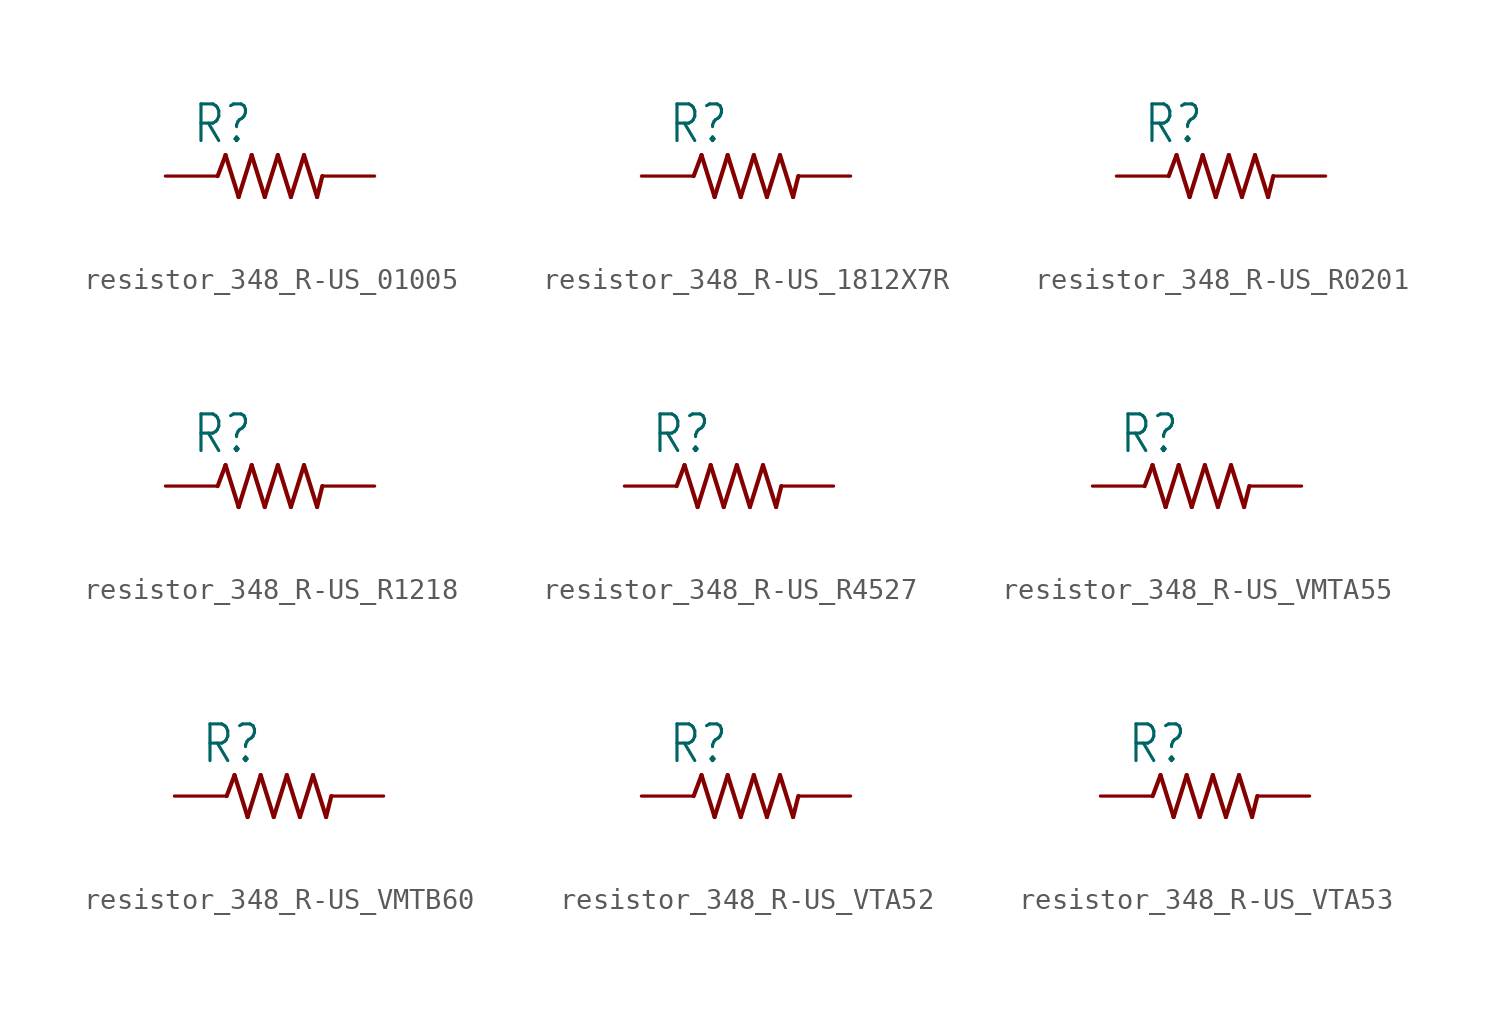
<source format=kicad_sym>
(kicad_symbol_lib
  (version 20241209)
  (generator "kicad_symbol_editor")
  (generator_version "9.0")
  (symbol "resistor_348_R-US_01005"
    (property "Reference" "R"
      (at -3.81 1.499 0)
      (effects (font (size 1.778 1.511)) (justify left bottom)))
    (property "Value" ""
      (at -3.81 -3.302 0)
      (effects (font (size 1.778 1.511)) (justify left bottom)))
    (property "ki_locked" ""
      (at 0 0 0)
      (effects (font (size 1.27 1.27))))
    (symbol "resistor_348_R-US_01005_1_0"
      (polyline (pts (xy -2.54 0) (xy -2.159 1.016)) (stroke (width 0.203) (type solid)) (fill (type none)))
      (polyline (pts (xy -2.159 1.016) (xy -1.524 -1.016)) (stroke (width 0.203) (type solid)) (fill (type none)))
      (polyline (pts (xy -1.524 -1.016) (xy -0.889 1.016)) (stroke (width 0.203) (type solid)) (fill (type none)))
      (polyline (pts (xy -0.889 1.016) (xy -0.254 -1.016)) (stroke (width 0.203) (type solid)) (fill (type none)))
      (polyline (pts (xy -0.254 -1.016) (xy 0.381 1.016)) (stroke (width 0.203) (type solid)) (fill (type none)))
      (polyline (pts (xy 0.381 1.016) (xy 1.016 -1.016)) (stroke (width 0.203) (type solid)) (fill (type none)))
      (polyline (pts (xy 1.016 -1.016) (xy 1.651 1.016)) (stroke (width 0.203) (type solid)) (fill (type none)))
      (polyline (pts (xy 1.651 1.016) (xy 2.286 -1.016)) (stroke (width 0.203) (type solid)) (fill (type none)))
      (polyline (pts (xy 2.286 -1.016) (xy 2.54 0)) (stroke (width 0.203) (type solid)) (fill (type none)))
      (pin passive line (at -5.08 0 0) (length 2.54) (name "1" (effects (font (size 0 0)))) (number "1" (effects (font (size 0 0)))))
      (pin passive line (at 5.08 0 180) (length 2.54) (name "2" (effects (font (size 0 0)))) (number "2" (effects (font (size 0 0)))))))
  (symbol "resistor_348_R-US_1812X7R"
    (property "Reference" "R"
      (at -3.81 1.499 0)
      (effects (font (size 1.778 1.511)) (justify left bottom)))
    (property "Value" ""
      (at -3.81 -3.302 0)
      (effects (font (size 1.778 1.511)) (justify left bottom)))
    (property "ki_locked" ""
      (at 0 0 0)
      (effects (font (size 1.27 1.27))))
    (symbol "resistor_348_R-US_1812X7R_1_0"
      (polyline (pts (xy -2.54 0) (xy -2.159 1.016)) (stroke (width 0.203) (type solid)) (fill (type none)))
      (polyline (pts (xy -2.159 1.016) (xy -1.524 -1.016)) (stroke (width 0.203) (type solid)) (fill (type none)))
      (polyline (pts (xy -1.524 -1.016) (xy -0.889 1.016)) (stroke (width 0.203) (type solid)) (fill (type none)))
      (polyline (pts (xy -0.889 1.016) (xy -0.254 -1.016)) (stroke (width 0.203) (type solid)) (fill (type none)))
      (polyline (pts (xy -0.254 -1.016) (xy 0.381 1.016)) (stroke (width 0.203) (type solid)) (fill (type none)))
      (polyline (pts (xy 0.381 1.016) (xy 1.016 -1.016)) (stroke (width 0.203) (type solid)) (fill (type none)))
      (polyline (pts (xy 1.016 -1.016) (xy 1.651 1.016)) (stroke (width 0.203) (type solid)) (fill (type none)))
      (polyline (pts (xy 1.651 1.016) (xy 2.286 -1.016)) (stroke (width 0.203) (type solid)) (fill (type none)))
      (polyline (pts (xy 2.286 -1.016) (xy 2.54 0)) (stroke (width 0.203) (type solid)) (fill (type none)))
      (pin passive line (at -5.08 0 0) (length 2.54) (name "1" (effects (font (size 0 0)))) (number "1" (effects (font (size 0 0)))))
      (pin passive line (at 5.08 0 180) (length 2.54) (name "2" (effects (font (size 0 0)))) (number "2" (effects (font (size 0 0)))))))
  (symbol "resistor_348_R-US_R0201"
    (property "Reference" "R"
      (at -3.81 1.499 0)
      (effects (font (size 1.778 1.511)) (justify left bottom)))
    (property "Value" ""
      (at -3.81 -3.302 0)
      (effects (font (size 1.778 1.511)) (justify left bottom)))
    (property "ki_locked" ""
      (at 0 0 0)
      (effects (font (size 1.27 1.27))))
    (symbol "resistor_348_R-US_R0201_1_0"
      (polyline (pts (xy -2.54 0) (xy -2.159 1.016)) (stroke (width 0.203) (type solid)) (fill (type none)))
      (polyline (pts (xy -2.159 1.016) (xy -1.524 -1.016)) (stroke (width 0.203) (type solid)) (fill (type none)))
      (polyline (pts (xy -1.524 -1.016) (xy -0.889 1.016)) (stroke (width 0.203) (type solid)) (fill (type none)))
      (polyline (pts (xy -0.889 1.016) (xy -0.254 -1.016)) (stroke (width 0.203) (type solid)) (fill (type none)))
      (polyline (pts (xy -0.254 -1.016) (xy 0.381 1.016)) (stroke (width 0.203) (type solid)) (fill (type none)))
      (polyline (pts (xy 0.381 1.016) (xy 1.016 -1.016)) (stroke (width 0.203) (type solid)) (fill (type none)))
      (polyline (pts (xy 1.016 -1.016) (xy 1.651 1.016)) (stroke (width 0.203) (type solid)) (fill (type none)))
      (polyline (pts (xy 1.651 1.016) (xy 2.286 -1.016)) (stroke (width 0.203) (type solid)) (fill (type none)))
      (polyline (pts (xy 2.286 -1.016) (xy 2.54 0)) (stroke (width 0.203) (type solid)) (fill (type none)))
      (pin passive line (at -5.08 0 0) (length 2.54) (name "1" (effects (font (size 0 0)))) (number "1" (effects (font (size 0 0)))))
      (pin passive line (at 5.08 0 180) (length 2.54) (name "2" (effects (font (size 0 0)))) (number "2" (effects (font (size 0 0)))))))
  (symbol "resistor_348_R-US_R1218"
    (property "Reference" "R"
      (at -3.81 1.499 0)
      (effects (font (size 1.778 1.511)) (justify left bottom)))
    (property "Value" ""
      (at -3.81 -3.302 0)
      (effects (font (size 1.778 1.511)) (justify left bottom)))
    (property "ki_locked" ""
      (at 0 0 0)
      (effects (font (size 1.27 1.27))))
    (symbol "resistor_348_R-US_R1218_1_0"
      (polyline (pts (xy -2.54 0) (xy -2.159 1.016)) (stroke (width 0.203) (type solid)) (fill (type none)))
      (polyline (pts (xy -2.159 1.016) (xy -1.524 -1.016)) (stroke (width 0.203) (type solid)) (fill (type none)))
      (polyline (pts (xy -1.524 -1.016) (xy -0.889 1.016)) (stroke (width 0.203) (type solid)) (fill (type none)))
      (polyline (pts (xy -0.889 1.016) (xy -0.254 -1.016)) (stroke (width 0.203) (type solid)) (fill (type none)))
      (polyline (pts (xy -0.254 -1.016) (xy 0.381 1.016)) (stroke (width 0.203) (type solid)) (fill (type none)))
      (polyline (pts (xy 0.381 1.016) (xy 1.016 -1.016)) (stroke (width 0.203) (type solid)) (fill (type none)))
      (polyline (pts (xy 1.016 -1.016) (xy 1.651 1.016)) (stroke (width 0.203) (type solid)) (fill (type none)))
      (polyline (pts (xy 1.651 1.016) (xy 2.286 -1.016)) (stroke (width 0.203) (type solid)) (fill (type none)))
      (polyline (pts (xy 2.286 -1.016) (xy 2.54 0)) (stroke (width 0.203) (type solid)) (fill (type none)))
      (pin passive line (at -5.08 0 0) (length 2.54) (name "1" (effects (font (size 0 0)))) (number "1" (effects (font (size 0 0)))))
      (pin passive line (at 5.08 0 180) (length 2.54) (name "2" (effects (font (size 0 0)))) (number "2" (effects (font (size 0 0)))))))
  (symbol "resistor_348_R-US_R4527"
    (property "Reference" "R"
      (at -3.81 1.499 0)
      (effects (font (size 1.778 1.511)) (justify left bottom)))
    (property "Value" ""
      (at -3.81 -3.302 0)
      (effects (font (size 1.778 1.511)) (justify left bottom)))
    (property "ki_locked" ""
      (at 0 0 0)
      (effects (font (size 1.27 1.27))))
    (symbol "resistor_348_R-US_R4527_1_0"
      (polyline (pts (xy -2.54 0) (xy -2.159 1.016)) (stroke (width 0.203) (type solid)) (fill (type none)))
      (polyline (pts (xy -2.159 1.016) (xy -1.524 -1.016)) (stroke (width 0.203) (type solid)) (fill (type none)))
      (polyline (pts (xy -1.524 -1.016) (xy -0.889 1.016)) (stroke (width 0.203) (type solid)) (fill (type none)))
      (polyline (pts (xy -0.889 1.016) (xy -0.254 -1.016)) (stroke (width 0.203) (type solid)) (fill (type none)))
      (polyline (pts (xy -0.254 -1.016) (xy 0.381 1.016)) (stroke (width 0.203) (type solid)) (fill (type none)))
      (polyline (pts (xy 0.381 1.016) (xy 1.016 -1.016)) (stroke (width 0.203) (type solid)) (fill (type none)))
      (polyline (pts (xy 1.016 -1.016) (xy 1.651 1.016)) (stroke (width 0.203) (type solid)) (fill (type none)))
      (polyline (pts (xy 1.651 1.016) (xy 2.286 -1.016)) (stroke (width 0.203) (type solid)) (fill (type none)))
      (polyline (pts (xy 2.286 -1.016) (xy 2.54 0)) (stroke (width 0.203) (type solid)) (fill (type none)))
      (pin passive line (at -5.08 0 0) (length 2.54) (name "1" (effects (font (size 0 0)))) (number "1" (effects (font (size 0 0)))))
      (pin passive line (at 5.08 0 180) (length 2.54) (name "2" (effects (font (size 0 0)))) (number "2" (effects (font (size 0 0)))))))
  (symbol "resistor_348_R-US_VMTA55"
    (property "Reference" "R"
      (at -3.81 1.499 0)
      (effects (font (size 1.778 1.511)) (justify left bottom)))
    (property "Value" ""
      (at -3.81 -3.302 0)
      (effects (font (size 1.778 1.511)) (justify left bottom)))
    (property "ki_locked" ""
      (at 0 0 0)
      (effects (font (size 1.27 1.27))))
    (symbol "resistor_348_R-US_VMTA55_1_0"
      (polyline (pts (xy -2.54 0) (xy -2.159 1.016)) (stroke (width 0.203) (type solid)) (fill (type none)))
      (polyline (pts (xy -2.159 1.016) (xy -1.524 -1.016)) (stroke (width 0.203) (type solid)) (fill (type none)))
      (polyline (pts (xy -1.524 -1.016) (xy -0.889 1.016)) (stroke (width 0.203) (type solid)) (fill (type none)))
      (polyline (pts (xy -0.889 1.016) (xy -0.254 -1.016)) (stroke (width 0.203) (type solid)) (fill (type none)))
      (polyline (pts (xy -0.254 -1.016) (xy 0.381 1.016)) (stroke (width 0.203) (type solid)) (fill (type none)))
      (polyline (pts (xy 0.381 1.016) (xy 1.016 -1.016)) (stroke (width 0.203) (type solid)) (fill (type none)))
      (polyline (pts (xy 1.016 -1.016) (xy 1.651 1.016)) (stroke (width 0.203) (type solid)) (fill (type none)))
      (polyline (pts (xy 1.651 1.016) (xy 2.286 -1.016)) (stroke (width 0.203) (type solid)) (fill (type none)))
      (polyline (pts (xy 2.286 -1.016) (xy 2.54 0)) (stroke (width 0.203) (type solid)) (fill (type none)))
      (pin passive line (at -5.08 0 0) (length 2.54) (name "1" (effects (font (size 0 0)))) (number "1" (effects (font (size 0 0)))))
      (pin passive line (at 5.08 0 180) (length 2.54) (name "2" (effects (font (size 0 0)))) (number "2" (effects (font (size 0 0)))))))
  (symbol "resistor_348_R-US_VMTB60"
    (property "Reference" "R"
      (at -3.81 1.499 0)
      (effects (font (size 1.778 1.511)) (justify left bottom)))
    (property "Value" ""
      (at -3.81 -3.302 0)
      (effects (font (size 1.778 1.511)) (justify left bottom)))
    (property "ki_locked" ""
      (at 0 0 0)
      (effects (font (size 1.27 1.27))))
    (symbol "resistor_348_R-US_VMTB60_1_0"
      (polyline (pts (xy -2.54 0) (xy -2.159 1.016)) (stroke (width 0.203) (type solid)) (fill (type none)))
      (polyline (pts (xy -2.159 1.016) (xy -1.524 -1.016)) (stroke (width 0.203) (type solid)) (fill (type none)))
      (polyline (pts (xy -1.524 -1.016) (xy -0.889 1.016)) (stroke (width 0.203) (type solid)) (fill (type none)))
      (polyline (pts (xy -0.889 1.016) (xy -0.254 -1.016)) (stroke (width 0.203) (type solid)) (fill (type none)))
      (polyline (pts (xy -0.254 -1.016) (xy 0.381 1.016)) (stroke (width 0.203) (type solid)) (fill (type none)))
      (polyline (pts (xy 0.381 1.016) (xy 1.016 -1.016)) (stroke (width 0.203) (type solid)) (fill (type none)))
      (polyline (pts (xy 1.016 -1.016) (xy 1.651 1.016)) (stroke (width 0.203) (type solid)) (fill (type none)))
      (polyline (pts (xy 1.651 1.016) (xy 2.286 -1.016)) (stroke (width 0.203) (type solid)) (fill (type none)))
      (polyline (pts (xy 2.286 -1.016) (xy 2.54 0)) (stroke (width 0.203) (type solid)) (fill (type none)))
      (pin passive line (at -5.08 0 0) (length 2.54) (name "1" (effects (font (size 0 0)))) (number "1" (effects (font (size 0 0)))))
      (pin passive line (at 5.08 0 180) (length 2.54) (name "2" (effects (font (size 0 0)))) (number "2" (effects (font (size 0 0)))))))
  (symbol "resistor_348_R-US_VTA52"
    (property "Reference" "R"
      (at -3.81 1.499 0)
      (effects (font (size 1.778 1.511)) (justify left bottom)))
    (property "Value" ""
      (at -3.81 -3.302 0)
      (effects (font (size 1.778 1.511)) (justify left bottom)))
    (property "ki_locked" ""
      (at 0 0 0)
      (effects (font (size 1.27 1.27))))
    (symbol "resistor_348_R-US_VTA52_1_0"
      (polyline (pts (xy -2.54 0) (xy -2.159 1.016)) (stroke (width 0.203) (type solid)) (fill (type none)))
      (polyline (pts (xy -2.159 1.016) (xy -1.524 -1.016)) (stroke (width 0.203) (type solid)) (fill (type none)))
      (polyline (pts (xy -1.524 -1.016) (xy -0.889 1.016)) (stroke (width 0.203) (type solid)) (fill (type none)))
      (polyline (pts (xy -0.889 1.016) (xy -0.254 -1.016)) (stroke (width 0.203) (type solid)) (fill (type none)))
      (polyline (pts (xy -0.254 -1.016) (xy 0.381 1.016)) (stroke (width 0.203) (type solid)) (fill (type none)))
      (polyline (pts (xy 0.381 1.016) (xy 1.016 -1.016)) (stroke (width 0.203) (type solid)) (fill (type none)))
      (polyline (pts (xy 1.016 -1.016) (xy 1.651 1.016)) (stroke (width 0.203) (type solid)) (fill (type none)))
      (polyline (pts (xy 1.651 1.016) (xy 2.286 -1.016)) (stroke (width 0.203) (type solid)) (fill (type none)))
      (polyline (pts (xy 2.286 -1.016) (xy 2.54 0)) (stroke (width 0.203) (type solid)) (fill (type none)))
      (pin passive line (at -5.08 0 0) (length 2.54) (name "1" (effects (font (size 0 0)))) (number "1" (effects (font (size 0 0)))))
      (pin passive line (at 5.08 0 180) (length 2.54) (name "2" (effects (font (size 0 0)))) (number "2" (effects (font (size 0 0)))))))
  (symbol "resistor_348_R-US_VTA53"
    (property "Reference" "R"
      (at -3.81 1.499 0)
      (effects (font (size 1.778 1.511)) (justify left bottom)))
    (property "Value" ""
      (at -3.81 -3.302 0)
      (effects (font (size 1.778 1.511)) (justify left bottom)))
    (property "ki_locked" ""
      (at 0 0 0)
      (effects (font (size 1.27 1.27))))
    (symbol "resistor_348_R-US_VTA53_1_0"
      (polyline (pts (xy -2.54 0) (xy -2.159 1.016)) (stroke (width 0.203) (type solid)) (fill (type none)))
      (polyline (pts (xy -2.159 1.016) (xy -1.524 -1.016)) (stroke (width 0.203) (type solid)) (fill (type none)))
      (polyline (pts (xy -1.524 -1.016) (xy -0.889 1.016)) (stroke (width 0.203) (type solid)) (fill (type none)))
      (polyline (pts (xy -0.889 1.016) (xy -0.254 -1.016)) (stroke (width 0.203) (type solid)) (fill (type none)))
      (polyline (pts (xy -0.254 -1.016) (xy 0.381 1.016)) (stroke (width 0.203) (type solid)) (fill (type none)))
      (polyline (pts (xy 0.381 1.016) (xy 1.016 -1.016)) (stroke (width 0.203) (type solid)) (fill (type none)))
      (polyline (pts (xy 1.016 -1.016) (xy 1.651 1.016)) (stroke (width 0.203) (type solid)) (fill (type none)))
      (polyline (pts (xy 1.651 1.016) (xy 2.286 -1.016)) (stroke (width 0.203) (type solid)) (fill (type none)))
      (polyline (pts (xy 2.286 -1.016) (xy 2.54 0)) (stroke (width 0.203) (type solid)) (fill (type none)))
      (pin passive line (at -5.08 0 0) (length 2.54) (name "1" (effects (font (size 0 0)))) (number "1" (effects (font (size 0 0)))))
      (pin passive line (at 5.08 0 180) (length 2.54) (name "2" (effects (font (size 0 0)))) (number "2" (effects (font (size 0 0))))))))
</source>
